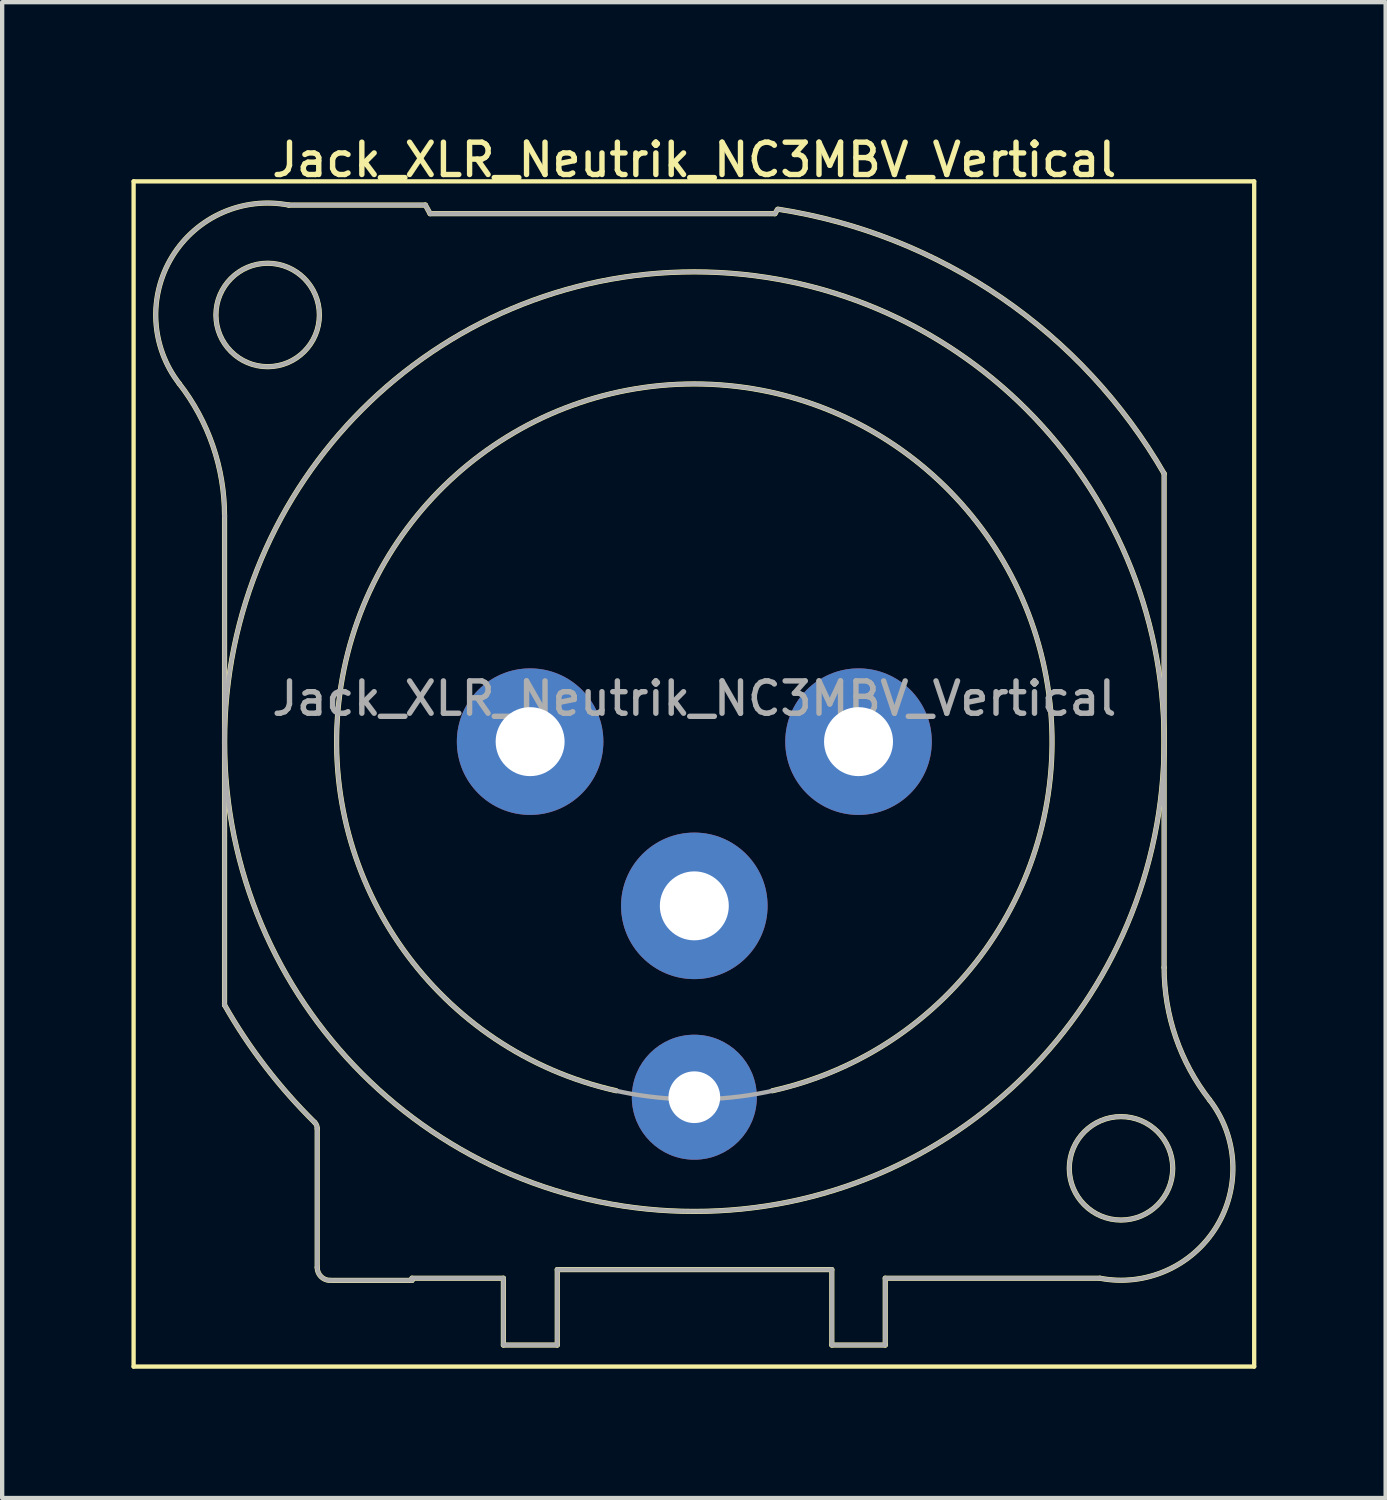
<source format=kicad_pcb>
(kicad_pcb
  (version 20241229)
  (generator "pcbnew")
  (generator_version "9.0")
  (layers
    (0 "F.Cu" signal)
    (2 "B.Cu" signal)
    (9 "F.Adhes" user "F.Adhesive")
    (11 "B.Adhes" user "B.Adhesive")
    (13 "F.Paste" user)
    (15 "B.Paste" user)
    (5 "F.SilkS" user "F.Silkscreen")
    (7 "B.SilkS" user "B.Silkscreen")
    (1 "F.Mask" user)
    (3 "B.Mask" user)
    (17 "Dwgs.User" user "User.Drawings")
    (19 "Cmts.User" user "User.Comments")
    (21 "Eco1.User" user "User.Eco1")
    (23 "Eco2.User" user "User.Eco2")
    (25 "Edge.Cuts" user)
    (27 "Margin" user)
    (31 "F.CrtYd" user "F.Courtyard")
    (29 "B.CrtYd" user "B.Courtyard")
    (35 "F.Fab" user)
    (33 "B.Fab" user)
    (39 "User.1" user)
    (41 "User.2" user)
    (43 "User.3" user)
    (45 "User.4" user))
  (footprint "Jack_XLR_Neutrik_NC3MBV_Vertical"
    (layer "F.Cu")
    (at 9.25 14.158)
    (property "Reference" "Jack_XLR_Neutrik_NC3MBV_Vertical" (at 3.81 -13.5 0) (layer "F.SilkS") (effects (font (size 0.75 0.75) (thickness 0.125))))
    (attr through_hole)
    (fp_line (start -9.2 -13) (end 16.8 -13) (stroke (width 0.1) (type solid)) (layer "F.SilkS"))
    (fp_line (start -9.2 14.5) (end -9.2 -13) (stroke (width 0.1) (type solid)) (layer "F.SilkS"))
    (fp_line (start -7.09 -5.24) (end -7.09 6.11) (stroke (width 0.12) (type solid)) (layer "F.SilkS"))
    (fp_line (start -4.94 12.2) (end -4.94 8.98) (stroke (width 0.12) (type solid)) (layer "F.SilkS"))
    (fp_line (start -4.64 12.5) (end -2.74 12.5) (stroke (width 0.12) (type solid)) (layer "F.SilkS"))
    (fp_line (start -2.74 12.45) (end -0.62 12.45) (stroke (width 0.12) (type solid)) (layer "F.SilkS"))
    (fp_line (start -2.74 12.5) (end -2.74 12.45) (stroke (width 0.12) (type solid)) (layer "F.SilkS"))
    (fp_line (start -2.43 -12.45) (end -5.6 -12.45) (stroke (width 0.12) (type solid)) (layer "F.SilkS"))
    (fp_line (start -2.32 -12.25) (end -2.43 -12.45) (stroke (width 0.12) (type solid)) (layer "F.SilkS"))
    (fp_line (start -0.62 12.45) (end -0.62 14) (stroke (width 0.12) (type solid)) (layer "F.SilkS"))
    (fp_line (start 0.63 12.25) (end 0.63 14) (stroke (width 0.12) (type solid)) (layer "F.SilkS"))
    (fp_line (start 0.63 12.25) (end 7 12.25) (stroke (width 0.12) (type solid)) (layer "F.SilkS"))
    (fp_line (start 0.63 14) (end -0.62 14) (stroke (width 0.12) (type solid)) (layer "F.SilkS"))
    (fp_line (start 5.68 -12.25) (end -2.32 -12.25) (stroke (width 0.12) (type solid)) (layer "F.SilkS"))
    (fp_line (start 5.74 -12.35) (end 5.68 -12.25) (stroke (width 0.12) (type solid)) (layer "F.SilkS"))
    (fp_line (start 7 12.25) (end 7 14) (stroke (width 0.12) (type solid)) (layer "F.SilkS"))
    (fp_line (start 8.24 12.45) (end 8.24 14) (stroke (width 0.12) (type solid)) (layer "F.SilkS"))
    (fp_line (start 8.24 12.45) (end 13.22 12.45) (stroke (width 0.12) (type solid)) (layer "F.SilkS"))
    (fp_line (start 8.24 14) (end 7 14) (stroke (width 0.12) (type solid)) (layer "F.SilkS"))
    (fp_line (start 14.71 5.24) (end 14.71 -6.22) (stroke (width 0.12) (type solid)) (layer "F.SilkS"))
    (fp_line (start 16.8 -13) (end 16.8 14.5) (stroke (width 0.1) (type solid)) (layer "F.SilkS"))
    (fp_line (start 16.8 14.5) (end -9.2 14.5) (stroke (width 0.1) (type solid)) (layer "F.SilkS"))
    (fp_arc (start -8.14458 -8.311426) (mid -7.360989 -6.863715) (end -7.09 -5.24) (stroke (width 0.12) (type solid)) (layer "F.SilkS"))
    (fp_arc (start -8.141124 -8.307677) (mid -8.303366 -11.257798) (end -5.6 -12.45) (stroke (width 0.12) (type solid)) (layer "F.SilkS"))
    (fp_arc (start -4.999944 8.832139) (mid -4.954594 8.899835) (end -4.94 8.98) (stroke (width 0.12) (type solid)) (layer "F.SilkS"))
    (fp_arc (start -4.999718 8.833849) (mid -6.1389 7.544091) (end -7.09 6.11) (stroke (width 0.12) (type solid)) (layer "F.SilkS"))
    (fp_arc (start -4.64 12.5) (mid -4.852132 12.412132) (end -4.94 12.2) (stroke (width 0.12) (type solid)) (layer "F.SilkS"))
    (fp_arc (start 2 8.1) (mid 3.809449 -8.299765) (end 5.621075 8.09976) (stroke (width 0.12) (type solid)) (layer "F.SilkS"))
    (fp_arc (start 5.753207 -12.354269) (mid 10.928439 -10.304601) (end 14.71 -6.22) (stroke (width 0.12) (type solid)) (layer "F.SilkS"))
    (fp_arc (start 15.761124 8.307677) (mid 15.923366 11.257798) (end 13.22 12.45) (stroke (width 0.12) (type solid)) (layer "F.SilkS"))
    (fp_arc (start 15.76458 8.311426) (mid 14.980989 6.863715) (end 14.71 5.24) (stroke (width 0.12) (type solid)) (layer "F.SilkS"))
    (fp_circle (center -6.09 -9.9) (end -4.89 -9.9) (stroke (width 0.12) (type solid)) (fill no) (layer "F.SilkS"))
    (fp_circle (center 3.81 0) (end 14.71 0) (stroke (width 0.12) (type solid)) (fill no) (layer "F.SilkS"))
    (fp_circle (center 13.71 9.9) (end 14.91 9.9) (stroke (width 0.12) (type solid)) (fill no) (layer "F.SilkS"))
    (fp_line (start -7.09 -5.24) (end -7.09 6.11) (stroke (width 0.1) (type solid)) (layer "F.Fab"))
    (fp_line (start -4.94 12.2) (end -4.94 8.98) (stroke (width 0.1) (type solid)) (layer "F.Fab"))
    (fp_line (start -4.64 12.5) (end -2.74 12.5) (stroke (width 0.1) (type solid)) (layer "F.Fab"))
    (fp_line (start -2.74 12.45) (end -0.62 12.45) (stroke (width 0.1) (type solid)) (layer "F.Fab"))
    (fp_line (start -2.74 12.5) (end -2.74 12.45) (stroke (width 0.1) (type solid)) (layer "F.Fab"))
    (fp_line (start -2.43 -12.45) (end -5.6 -12.45) (stroke (width 0.1) (type solid)) (layer "F.Fab"))
    (fp_line (start -2.32 -12.25) (end -2.43 -12.45) (stroke (width 0.1) (type solid)) (layer "F.Fab"))
    (fp_line (start -0.62 12.45) (end -0.62 14) (stroke (width 0.1) (type solid)) (layer "F.Fab"))
    (fp_line (start 0.63 12.25) (end 0.63 14) (stroke (width 0.1) (type solid)) (layer "F.Fab"))
    (fp_line (start 0.63 12.25) (end 7 12.25) (stroke (width 0.1) (type solid)) (layer "F.Fab"))
    (fp_line (start 0.63 14) (end -0.62 14) (stroke (width 0.1) (type solid)) (layer "F.Fab"))
    (fp_line (start 5.68 -12.25) (end -2.32 -12.25) (stroke (width 0.1) (type solid)) (layer "F.Fab"))
    (fp_line (start 5.74 -12.35) (end 5.68 -12.25) (stroke (width 0.1) (type solid)) (layer "F.Fab"))
    (fp_line (start 7 12.25) (end 7 14) (stroke (width 0.1) (type solid)) (layer "F.Fab"))
    (fp_line (start 8.24 12.45) (end 8.24 14) (stroke (width 0.1) (type solid)) (layer "F.Fab"))
    (fp_line (start 8.24 12.45) (end 13.22 12.45) (stroke (width 0.1) (type solid)) (layer "F.Fab"))
    (fp_line (start 8.24 14) (end 7 14) (stroke (width 0.1) (type solid)) (layer "F.Fab"))
    (fp_line (start 14.71 5.24) (end 14.71 -6.22) (stroke (width 0.1) (type solid)) (layer "F.Fab"))
    (fp_arc (start -8.14458 -8.311426) (mid -7.360989 -6.863715) (end -7.09 -5.24) (stroke (width 0.1) (type solid)) (layer "F.Fab"))
    (fp_arc (start -8.141124 -8.307677) (mid -8.303366 -11.257798) (end -5.6 -12.45) (stroke (width 0.1) (type solid)) (layer "F.Fab"))
    (fp_arc (start -4.999944 8.832139) (mid -4.954594 8.899835) (end -4.94 8.98) (stroke (width 0.1) (type solid)) (layer "F.Fab"))
    (fp_arc (start -4.999718 8.833849) (mid -6.1389 7.544091) (end -7.09 6.11) (stroke (width 0.1) (type solid)) (layer "F.Fab"))
    (fp_arc (start -4.64 12.5) (mid -4.852132 12.412132) (end -4.94 12.2) (stroke (width 0.1) (type solid)) (layer "F.Fab"))
    (fp_arc (start 5.753207 -12.354269) (mid 10.928439 -10.304601) (end 14.71 -6.22) (stroke (width 0.1) (type solid)) (layer "F.Fab"))
    (fp_arc (start 15.761124 8.307677) (mid 15.923366 11.257798) (end 13.22 12.45) (stroke (width 0.1) (type solid)) (layer "F.Fab"))
    (fp_arc (start 15.76458 8.311426) (mid 14.980989 6.863715) (end 14.71 5.24) (stroke (width 0.1) (type solid)) (layer "F.Fab"))
    (fp_circle (center -6.09 -9.9) (end -4.89 -9.9) (stroke (width 0.1) (type solid)) (fill no) (layer "F.Fab"))
    (fp_circle (center 3.81 0) (end 12.11 0) (stroke (width 0.1) (type solid)) (fill no) (layer "F.Fab"))
    (fp_circle (center 3.81 0) (end 14.71 0) (stroke (width 0.1) (type solid)) (fill no) (layer "F.Fab"))
    (fp_circle (center 13.71 9.9) (end 14.91 9.9) (stroke (width 0.1) (type solid)) (fill no) (layer "F.Fab"))
    (fp_text user "${REFERENCE}" (at 3.81 -1 0) (layer "F.Fab") (effects (font (size 0.75 0.75) (thickness 0.125))))
    (pad "1" thru_hole circle (at 0 0) (size 3.4 3.4) (drill 1.6) (layers "*.Cu" "*.Mask"))
    (pad "2" thru_hole circle (at 7.62 0) (size 3.4 3.4) (drill 1.6) (layers "*.Cu" "*.Mask"))
    (pad "3" thru_hole circle (at 3.81 3.81) (size 3.4 3.4) (drill 1.6) (layers "*.Cu" "*.Mask"))
    (pad "G" thru_hole circle (at 3.81 8.25) (size 2.9 2.9) (drill 1.2) (layers "*.Cu" "*.Mask")))
  (gr_rect
    (start -3 -3)
    (end 29.1 31.708)
    (stroke (width 0.1) (type default))
    (fill no)
    (layer "Edge.Cuts")))
</source>
